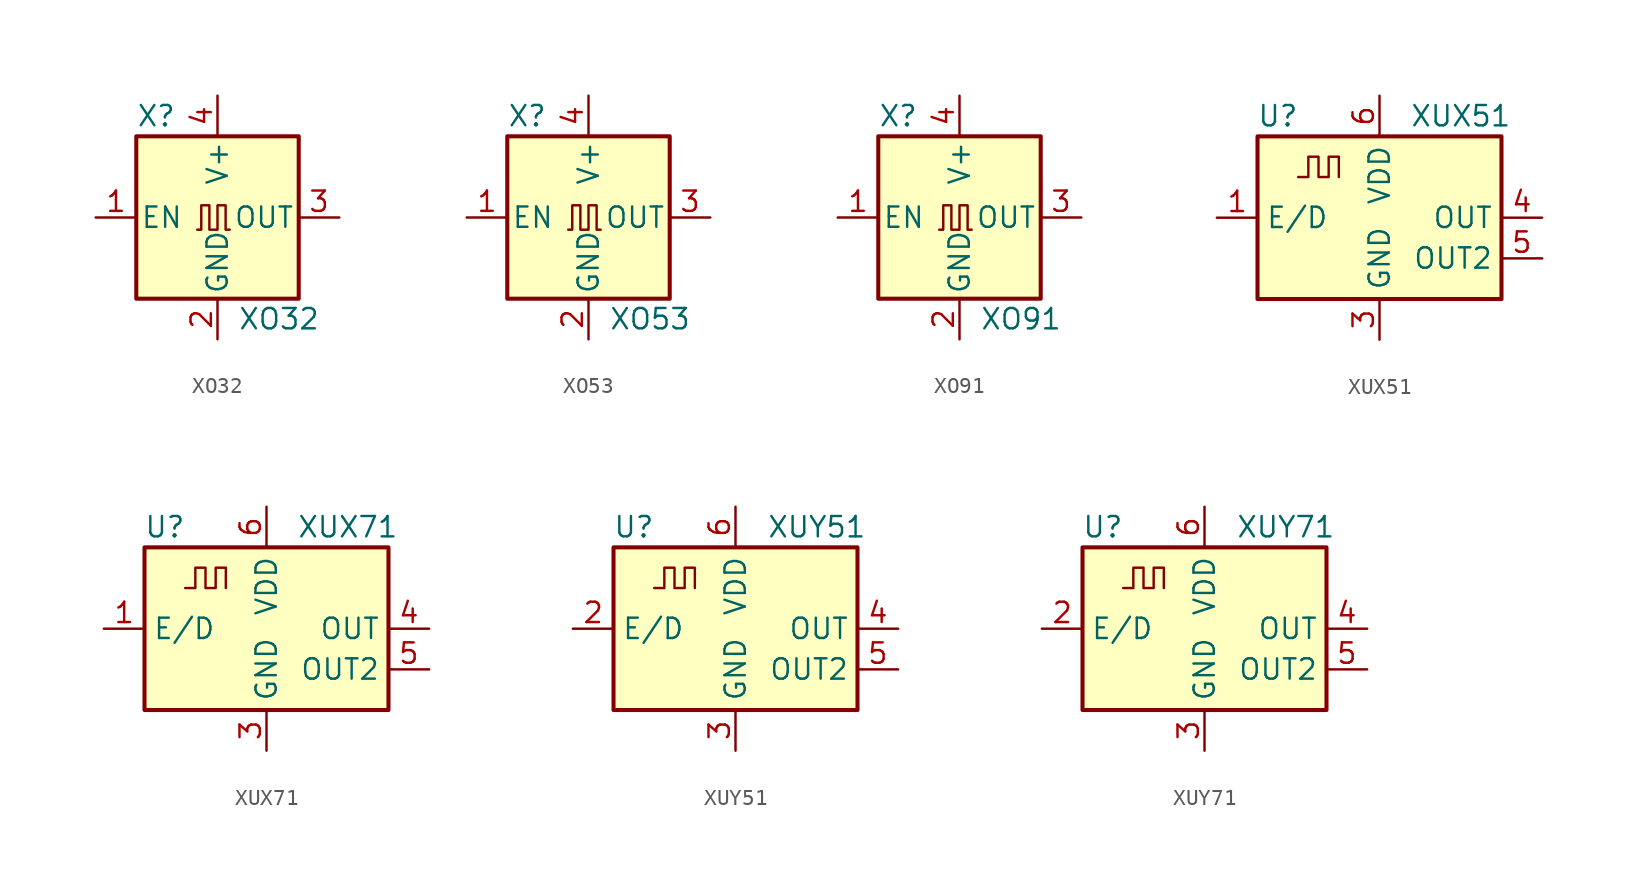
<source format=kicad_sym>
(kicad_symbol_lib
  (version 20201005)
  (generator kicad_symbol_editor)
  (symbol "Oscillator:XO32"
    (pin_names
      (offset 0.254))
    (property "Reference" "X"
      (at -5.08 6.35 0)
      (effects (font (size 1.27 1.27)) (justify left)))
    (property "Value" "XO32"
      (at 1.27 -6.35 0)
      (effects (font (size 1.27 1.27)) (justify left)))
    (symbol "XO32_0_1"
      (rectangle (start -5.08 5.08) (end 5.08 -5.08) (stroke (width 0.254)) (fill (type background)))
      (polyline (pts (xy -1.27 -0.762) (xy -1.016 -0.762) (xy -1.016 0.762) (xy -0.508 0.762) (xy -0.508 -0.762) (xy 0 -0.762) (xy 0 0.762) (xy 0.508 0.762) (xy 0.508 -0.762) (xy 0.762 -0.762)) (stroke (width 0)) (fill (type none))))
    (symbol "XO32_1_1"
      (pin input line (at -7.62 0 0) (length 2.54) (name "EN" (effects (font (size 1.27 1.27)))) (number "1" (effects (font (size 1.27 1.27)))))
      (pin power_in line (at 0 -7.62 90) (length 2.54) (name "GND" (effects (font (size 1.27 1.27)))) (number "2" (effects (font (size 1.27 1.27)))))
      (pin output line (at 7.62 0 180) (length 2.54) (name "OUT" (effects (font (size 1.27 1.27)))) (number "3" (effects (font (size 1.27 1.27)))))
      (pin power_in line (at 0 7.62 270) (length 2.54) (name "V+" (effects (font (size 1.27 1.27)))) (number "4" (effects (font (size 1.27 1.27)))))))
  (symbol "Oscillator:XO53"
    (pin_names
      (offset 0.254))
    (property "Reference" "X"
      (at -5.08 6.35 0)
      (effects (font (size 1.27 1.27)) (justify left)))
    (property "Value" "XO53"
      (at 1.27 -6.35 0)
      (effects (font (size 1.27 1.27)) (justify left)))
    (symbol "XO53_0_1"
      (rectangle (start -5.08 5.08) (end 5.08 -5.08) (stroke (width 0.254)) (fill (type background)))
      (polyline (pts (xy 0.762 -0.762) (xy 0.508 -0.762) (xy 0.508 0.762) (xy 0 0.762) (xy 0 -0.762) (xy -0.508 -0.762) (xy -0.508 0.762) (xy -1.016 0.762) (xy -1.016 -0.762) (xy -1.27 -0.762)) (stroke (width 0)) (fill (type none))))
    (symbol "XO53_1_1"
      (pin input line (at -7.62 0 0) (length 2.54) (name "EN" (effects (font (size 1.27 1.27)))) (number "1" (effects (font (size 1.27 1.27)))))
      (pin power_in line (at 0 -7.62 90) (length 2.54) (name "GND" (effects (font (size 1.27 1.27)))) (number "2" (effects (font (size 1.27 1.27)))))
      (pin output line (at 7.62 0 180) (length 2.54) (name "OUT" (effects (font (size 1.27 1.27)))) (number "3" (effects (font (size 1.27 1.27)))))
      (pin power_in line (at 0 7.62 270) (length 2.54) (name "V+" (effects (font (size 1.27 1.27)))) (number "4" (effects (font (size 1.27 1.27)))))))
  (symbol "Oscillator:XO91"
    (pin_names
      (offset 0.254))
    (property "Reference" "X"
      (at -5.08 6.35 0)
      (effects (font (size 1.27 1.27)) (justify left)))
    (property "Value" "XO91"
      (at 1.27 -6.35 0)
      (effects (font (size 1.27 1.27)) (justify left)))
    (symbol "XO91_0_1"
      (rectangle (start -5.08 5.08) (end 5.08 -5.08) (stroke (width 0.254)) (fill (type background)))
      (polyline (pts (xy 0.762 -0.762) (xy 0.508 -0.762) (xy 0.508 0.762) (xy 0 0.762) (xy 0 -0.762) (xy -0.508 -0.762) (xy -0.508 0.762) (xy -1.016 0.762) (xy -1.016 -0.762) (xy -1.27 -0.762)) (stroke (width 0)) (fill (type none))))
    (symbol "XO91_1_1"
      (pin input line (at -7.62 0 0) (length 2.54) (name "EN" (effects (font (size 1.27 1.27)))) (number "1" (effects (font (size 1.27 1.27)))))
      (pin power_in line (at 0 -7.62 90) (length 2.54) (name "GND" (effects (font (size 1.27 1.27)))) (number "2" (effects (font (size 1.27 1.27)))))
      (pin output line (at 7.62 0 180) (length 2.54) (name "OUT" (effects (font (size 1.27 1.27)))) (number "3" (effects (font (size 1.27 1.27)))))
      (pin power_in line (at 0 7.62 270) (length 2.54) (name "V+" (effects (font (size 1.27 1.27)))) (number "4" (effects (font (size 1.27 1.27)))))))
  (symbol "Oscillator:XUX51"
    (property "Reference" "U"
      (at -6.35 6.35 0)
      (effects (font (size 1.27 1.27))))
    (property "Value" "XUX51"
      (at 5.08 6.35 0)
      (effects (font (size 1.27 1.27))))
    (symbol "XUX51_0_1"
      (rectangle (start -7.62 5.08) (end 7.62 -5.08) (stroke (width 0.254)) (fill (type background)))
      (polyline (pts (xy -5.08 2.54) (xy -4.445 2.54) (xy -4.445 3.81) (xy -3.81 3.81) (xy -3.81 2.54) (xy -3.175 2.54) (xy -3.175 3.81) (xy -2.54 3.81) (xy -2.54 2.54)) (stroke (width 0)) (fill (type none))))
    (symbol "XUX51_1_1"
      (pin input line (at -10.16 0 0) (length 2.54) (name "E/D" (effects (font (size 1.27 1.27)))) (number "1" (effects (font (size 1.27 1.27)))))
      (pin no_connect line (at -7.62 -2.54 0) (length 2.54) hide (name "NC" (effects (font (size 1.27 1.27)))) (number "2" (effects (font (size 1.27 1.27)))))
      (pin power_in line (at 0 -7.62 90) (length 2.54) (name "GND" (effects (font (size 1.27 1.27)))) (number "3" (effects (font (size 1.27 1.27)))))
      (pin output line (at 10.16 0 180) (length 2.54) (name "OUT" (effects (font (size 1.27 1.27)))) (number "4" (effects (font (size 1.27 1.27)))))
      (pin output line (at 10.16 -2.54 180) (length 2.54) (name "OUT2" (effects (font (size 1.27 1.27)))) (number "5" (effects (font (size 1.27 1.27)))))
      (pin power_in line (at 0 7.62 270) (length 2.54) (name "VDD" (effects (font (size 1.27 1.27)))) (number "6" (effects (font (size 1.27 1.27)))))))
  (symbol "Oscillator:XUX71"
    (property "Reference" "U"
      (at -6.35 6.35 0)
      (effects (font (size 1.27 1.27))))
    (property "Value" "XUX71"
      (at 5.08 6.35 0)
      (effects (font (size 1.27 1.27))))
    (symbol "XUX71_0_1"
      (rectangle (start -7.62 5.08) (end 7.62 -5.08) (stroke (width 0.254)) (fill (type background))))
    (symbol "XUX71_1_1"
      (polyline (pts (xy -5.08 2.54) (xy -4.445 2.54) (xy -4.445 3.81) (xy -3.81 3.81) (xy -3.81 2.54) (xy -3.175 2.54) (xy -3.175 3.81) (xy -2.54 3.81) (xy -2.54 2.54)) (stroke (width 0)) (fill (type none)))
      (pin input line (at -10.16 0 0) (length 2.54) (name "E/D" (effects (font (size 1.27 1.27)))) (number "1" (effects (font (size 1.27 1.27)))))
      (pin no_connect line (at -7.62 -2.54 0) (length 2.54) hide (name "NC" (effects (font (size 1.27 1.27)))) (number "2" (effects (font (size 1.27 1.27)))))
      (pin power_in line (at 0 -7.62 90) (length 2.54) (name "GND" (effects (font (size 1.27 1.27)))) (number "3" (effects (font (size 1.27 1.27)))))
      (pin output line (at 10.16 0 180) (length 2.54) (name "OUT" (effects (font (size 1.27 1.27)))) (number "4" (effects (font (size 1.27 1.27)))))
      (pin output line (at 10.16 -2.54 180) (length 2.54) (name "OUT2" (effects (font (size 1.27 1.27)))) (number "5" (effects (font (size 1.27 1.27)))))
      (pin power_in line (at 0 7.62 270) (length 2.54) (name "VDD" (effects (font (size 1.27 1.27)))) (number "6" (effects (font (size 1.27 1.27)))))))
  (symbol "Oscillator:XUY51"
    (property "Reference" "U"
      (at -6.35 6.35 0)
      (effects (font (size 1.27 1.27))))
    (property "Value" "XUY51"
      (at 5.08 6.35 0)
      (effects (font (size 1.27 1.27))))
    (symbol "XUY51_0_1"
      (rectangle (start -7.62 5.08) (end 7.62 -5.08) (stroke (width 0.254)) (fill (type background))))
    (symbol "XUY51_1_1"
      (polyline (pts (xy -5.08 2.54) (xy -4.445 2.54) (xy -4.445 3.81) (xy -3.81 3.81) (xy -3.81 2.54) (xy -3.175 2.54) (xy -3.175 3.81) (xy -2.54 3.81) (xy -2.54 2.54)) (stroke (width 0)) (fill (type none)))
      (pin no_connect line (at -7.62 -2.54 0) (length 2.54) hide (name "NC" (effects (font (size 1.27 1.27)))) (number "1" (effects (font (size 1.27 1.27)))))
      (pin input line (at -10.16 0 0) (length 2.54) (name "E/D" (effects (font (size 1.27 1.27)))) (number "2" (effects (font (size 1.27 1.27)))))
      (pin power_in line (at 0 -7.62 90) (length 2.54) (name "GND" (effects (font (size 1.27 1.27)))) (number "3" (effects (font (size 1.27 1.27)))))
      (pin output line (at 10.16 0 180) (length 2.54) (name "OUT" (effects (font (size 1.27 1.27)))) (number "4" (effects (font (size 1.27 1.27)))))
      (pin output line (at 10.16 -2.54 180) (length 2.54) (name "OUT2" (effects (font (size 1.27 1.27)))) (number "5" (effects (font (size 1.27 1.27)))))
      (pin power_in line (at 0 7.62 270) (length 2.54) (name "VDD" (effects (font (size 1.27 1.27)))) (number "6" (effects (font (size 1.27 1.27)))))))
  (symbol "Oscillator:XUY71"
    (property "Reference" "U"
      (at -6.35 6.35 0)
      (effects (font (size 1.27 1.27))))
    (property "Value" "XUY71"
      (at 5.08 6.35 0)
      (effects (font (size 1.27 1.27))))
    (symbol "XUY71_0_1"
      (rectangle (start -7.62 5.08) (end 7.62 -5.08) (stroke (width 0.254)) (fill (type background))))
    (symbol "XUY71_1_1"
      (polyline (pts (xy -5.08 2.54) (xy -4.445 2.54) (xy -4.445 3.81) (xy -3.81 3.81) (xy -3.81 2.54) (xy -3.175 2.54) (xy -3.175 3.81) (xy -2.54 3.81) (xy -2.54 2.54)) (stroke (width 0)) (fill (type none)))
      (pin no_connect line (at -7.62 -2.54 0) (length 2.54) hide (name "NC" (effects (font (size 1.27 1.27)))) (number "1" (effects (font (size 1.27 1.27)))))
      (pin input line (at -10.16 0 0) (length 2.54) (name "E/D" (effects (font (size 1.27 1.27)))) (number "2" (effects (font (size 1.27 1.27)))))
      (pin power_in line (at 0 -7.62 90) (length 2.54) (name "GND" (effects (font (size 1.27 1.27)))) (number "3" (effects (font (size 1.27 1.27)))))
      (pin output line (at 10.16 0 180) (length 2.54) (name "OUT" (effects (font (size 1.27 1.27)))) (number "4" (effects (font (size 1.27 1.27)))))
      (pin output line (at 10.16 -2.54 180) (length 2.54) (name "OUT2" (effects (font (size 1.27 1.27)))) (number "5" (effects (font (size 1.27 1.27)))))
      (pin power_in line (at 0 7.62 270) (length 2.54) (name "VDD" (effects (font (size 1.27 1.27)))) (number "6" (effects (font (size 1.27 1.27))))))))
</source>
